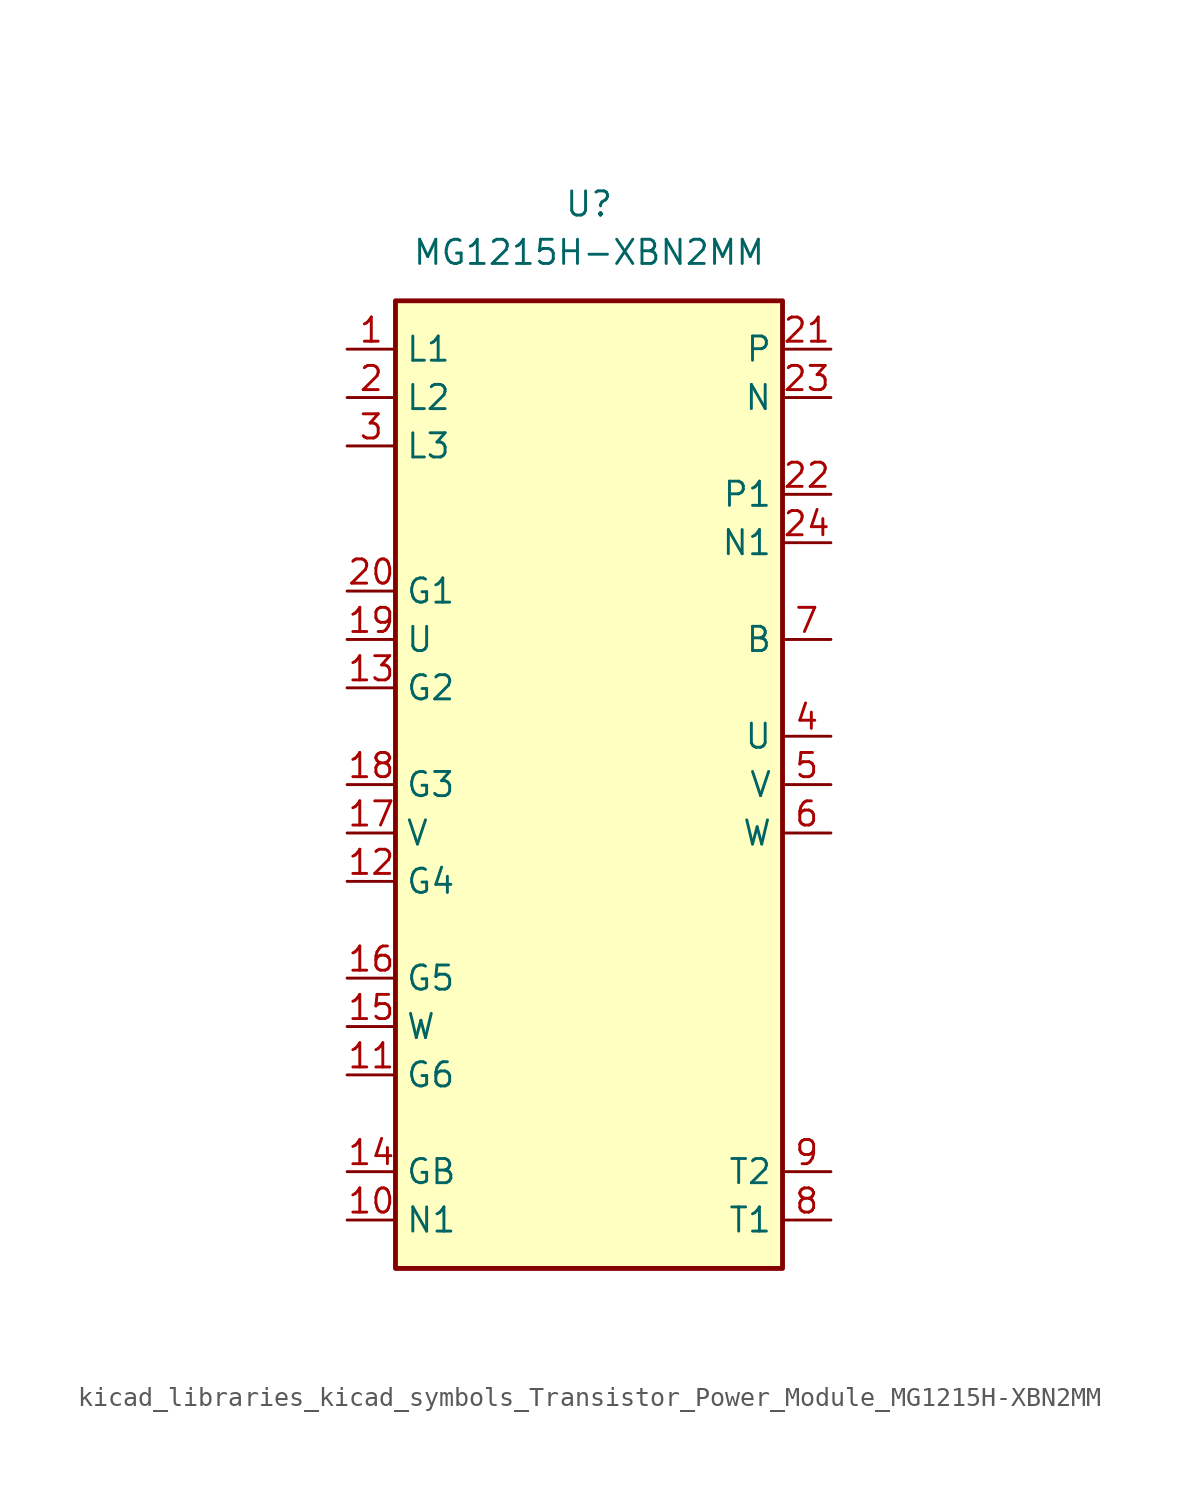
<source format=kicad_sym>
(kicad_symbol_lib
  (version 20220914)
  (generator kicad_symbol_editor)
  (symbol "kicad_libraries_kicad_symbols_Transistor_Power_Module_MG1215H-XBN2MM"
    (property "Reference" "U"
      (at 0 30.48 0)
      (effects (font (size 1.27 1.27))))
    (property "Value" "MG1215H-XBN2MM"
      (at 0 27.94 0)
      (effects (font (size 1.27 1.27))))
    (symbol "kicad_libraries_kicad_symbols_Transistor_Power_Module_MG1215H-XBN2MM_1_1"
      (rectangle (start -10.16 25.4) (end 10.16 -25.4) (stroke (width 0.254) (type default)) (fill (type background)))
      (pin passive line (at -12.7 22.86 0) (length 2.54) (name "L1" (effects (font (size 1.27 1.27)))) (number "1" (effects (font (size 1.27 1.27)))))
      (pin passive line (at -12.7 -22.86 0) (length 2.54) (name "N1" (effects (font (size 1.27 1.27)))) (number "10" (effects (font (size 1.27 1.27)))))
      (pin passive line (at -12.7 -15.24 0) (length 2.54) (name "G6" (effects (font (size 1.27 1.27)))) (number "11" (effects (font (size 1.27 1.27)))))
      (pin passive line (at -12.7 -5.08 0) (length 2.54) (name "G4" (effects (font (size 1.27 1.27)))) (number "12" (effects (font (size 1.27 1.27)))))
      (pin passive line (at -12.7 5.08 0) (length 2.54) (name "G2" (effects (font (size 1.27 1.27)))) (number "13" (effects (font (size 1.27 1.27)))))
      (pin passive line (at -12.7 -20.32 0) (length 2.54) (name "GB" (effects (font (size 1.27 1.27)))) (number "14" (effects (font (size 1.27 1.27)))))
      (pin passive line (at -12.7 -12.7 0) (length 2.54) (name "W" (effects (font (size 1.27 1.27)))) (number "15" (effects (font (size 1.27 1.27)))))
      (pin passive line (at -12.7 -10.16 0) (length 2.54) (name "G5" (effects (font (size 1.27 1.27)))) (number "16" (effects (font (size 1.27 1.27)))))
      (pin passive line (at -12.7 -2.54 0) (length 2.54) (name "V" (effects (font (size 1.27 1.27)))) (number "17" (effects (font (size 1.27 1.27)))))
      (pin passive line (at -12.7 0 0) (length 2.54) (name "G3" (effects (font (size 1.27 1.27)))) (number "18" (effects (font (size 1.27 1.27)))))
      (pin passive line (at -12.7 7.62 0) (length 2.54) (name "U" (effects (font (size 1.27 1.27)))) (number "19" (effects (font (size 1.27 1.27)))))
      (pin passive line (at -12.7 20.32 0) (length 2.54) (name "L2" (effects (font (size 1.27 1.27)))) (number "2" (effects (font (size 1.27 1.27)))))
      (pin passive line (at -12.7 10.16 0) (length 2.54) (name "G1" (effects (font (size 1.27 1.27)))) (number "20" (effects (font (size 1.27 1.27)))))
      (pin passive line (at 12.7 22.86 180) (length 2.54) (name "P" (effects (font (size 1.27 1.27)))) (number "21" (effects (font (size 1.27 1.27)))))
      (pin passive line (at 12.7 15.24 180) (length 2.54) (name "P1" (effects (font (size 1.27 1.27)))) (number "22" (effects (font (size 1.27 1.27)))))
      (pin passive line (at 12.7 20.32 180) (length 2.54) (name "N" (effects (font (size 1.27 1.27)))) (number "23" (effects (font (size 1.27 1.27)))))
      (pin passive line (at 12.7 12.7 180) (length 2.54) (name "N1" (effects (font (size 1.27 1.27)))) (number "24" (effects (font (size 1.27 1.27)))))
      (pin passive line (at -12.7 17.78 0) (length 2.54) (name "L3" (effects (font (size 1.27 1.27)))) (number "3" (effects (font (size 1.27 1.27)))))
      (pin passive line (at 12.7 2.54 180) (length 2.54) (name "U" (effects (font (size 1.27 1.27)))) (number "4" (effects (font (size 1.27 1.27)))))
      (pin passive line (at 12.7 0 180) (length 2.54) (name "V" (effects (font (size 1.27 1.27)))) (number "5" (effects (font (size 1.27 1.27)))))
      (pin passive line (at 12.7 -2.54 180) (length 2.54) (name "W" (effects (font (size 1.27 1.27)))) (number "6" (effects (font (size 1.27 1.27)))))
      (pin passive line (at 12.7 7.62 180) (length 2.54) (name "B" (effects (font (size 1.27 1.27)))) (number "7" (effects (font (size 1.27 1.27)))))
      (pin passive line (at 12.7 -22.86 180) (length 2.54) (name "T1" (effects (font (size 1.27 1.27)))) (number "8" (effects (font (size 1.27 1.27)))))
      (pin passive line (at 12.7 -20.32 180) (length 2.54) (name "T2" (effects (font (size 1.27 1.27)))) (number "9" (effects (font (size 1.27 1.27))))))))
</source>
